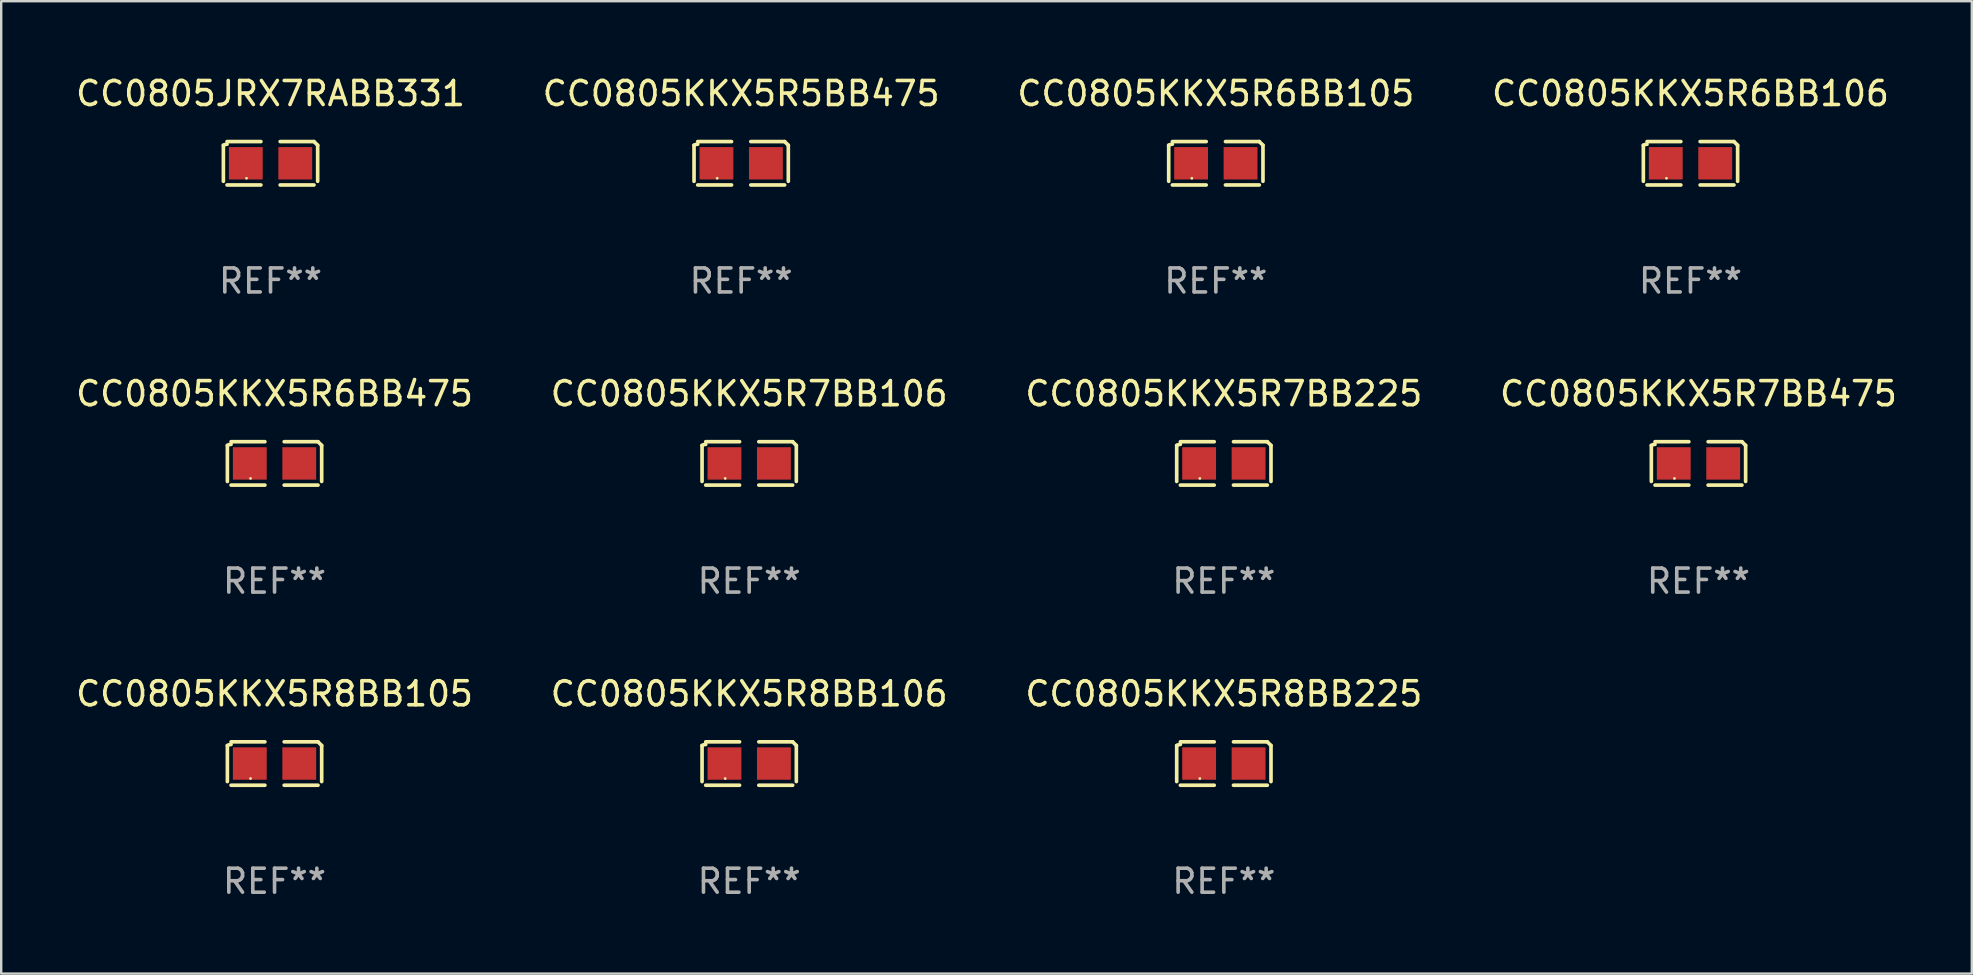
<source format=kicad_pcb>
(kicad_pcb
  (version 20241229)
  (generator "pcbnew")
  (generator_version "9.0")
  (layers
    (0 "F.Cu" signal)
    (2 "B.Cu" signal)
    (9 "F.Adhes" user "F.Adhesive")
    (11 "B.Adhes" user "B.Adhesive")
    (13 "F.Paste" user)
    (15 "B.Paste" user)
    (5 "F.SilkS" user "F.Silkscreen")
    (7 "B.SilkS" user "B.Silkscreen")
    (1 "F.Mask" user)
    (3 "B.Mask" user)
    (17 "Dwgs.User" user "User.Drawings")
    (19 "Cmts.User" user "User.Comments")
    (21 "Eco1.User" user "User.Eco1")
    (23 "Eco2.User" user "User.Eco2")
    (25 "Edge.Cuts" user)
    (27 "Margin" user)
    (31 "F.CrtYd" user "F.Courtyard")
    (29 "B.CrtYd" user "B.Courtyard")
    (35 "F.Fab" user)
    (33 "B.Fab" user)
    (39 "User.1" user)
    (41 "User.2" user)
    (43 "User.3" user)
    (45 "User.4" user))
  (footprint "CC0805KKX5R6BB106"
    (layer "F.Cu")
    (at 67.375 3.752)
    (property "Reference" "CC0805KKX5R6BB106" (at 0 -2.904 0) (layer "F.SilkS") (effects (font (size 1 1) (thickness 0.15))))
    (attr through_hole)
    (fp_line (start -1.964 0.751) (end -1.964 -0.751) (stroke (width 0.152) (type solid)) (layer "F.SilkS"))
    (fp_line (start -1.811 -0.904) (end -0.401 -0.904) (stroke (width 0.152) (type solid)) (layer "F.SilkS"))
    (fp_line (start -0.401 0.904) (end -1.811 0.904) (stroke (width 0.152) (type solid)) (layer "F.SilkS"))
    (fp_line (start 0.401 0.904) (end 1.811 0.904) (stroke (width 0.152) (type solid)) (layer "F.SilkS"))
    (fp_line (start 1.811 -0.904) (end 0.401 -0.904) (stroke (width 0.152) (type solid)) (layer "F.SilkS"))
    (fp_line (start 1.964 0.751) (end 1.964 -0.751) (stroke (width 0.152) (type solid)) (layer "F.SilkS"))
    (fp_arc (start -1.963602 -0.751207) (mid -1.890354 -0.783131) (end -1.811201 -0.794044) (stroke (width 0.1524) (type solid)) (layer "F.SilkS"))
    (fp_arc (start 1.811202 -0.903607) (mid 1.887413 -0.827418) (end 1.963602 -0.751207) (stroke (width 0.1524) (type solid)) (layer "F.SilkS"))
    (fp_circle (center -1 0.625) (end -0.97 0.625) (stroke (width 0.06) (type solid)) (fill no) (layer "F.SilkS"))
    (fp_text user "REF**" (at 0 4.904 0) (layer "F.Fab") (effects (font (size 1 1) (thickness 0.15))))
    (pad "1" smd rect (at -1.03 0) (size 1.41 1.35) (layers "F.Cu" "F.Mask" "F.Paste"))
    (pad "2" smd rect (at 1.03 0) (size 1.41 1.35) (layers "F.Cu" "F.Mask" "F.Paste")))
  (footprint "CC0805KKX5R8BB106"
    (layer "F.Cu")
    (at 28.161 28.759)
    (property "Reference" "CC0805KKX5R8BB106" (at 0 -2.904 0) (layer "F.SilkS") (effects (font (size 1 1) (thickness 0.15))))
    (attr through_hole)
    (fp_line (start -1.964 0.751) (end -1.964 -0.751) (stroke (width 0.152) (type solid)) (layer "F.SilkS"))
    (fp_line (start -1.811 -0.904) (end -0.401 -0.904) (stroke (width 0.152) (type solid)) (layer "F.SilkS"))
    (fp_line (start -0.401 0.904) (end -1.811 0.904) (stroke (width 0.152) (type solid)) (layer "F.SilkS"))
    (fp_line (start 0.401 0.904) (end 1.811 0.904) (stroke (width 0.152) (type solid)) (layer "F.SilkS"))
    (fp_line (start 1.811 -0.904) (end 0.401 -0.904) (stroke (width 0.152) (type solid)) (layer "F.SilkS"))
    (fp_line (start 1.964 0.751) (end 1.964 -0.751) (stroke (width 0.152) (type solid)) (layer "F.SilkS"))
    (fp_arc (start -1.963602 -0.751207) (mid -1.890354 -0.783131) (end -1.811201 -0.794044) (stroke (width 0.1524) (type solid)) (layer "F.SilkS"))
    (fp_arc (start 1.811202 -0.903607) (mid 1.887413 -0.827418) (end 1.963602 -0.751207) (stroke (width 0.1524) (type solid)) (layer "F.SilkS"))
    (fp_circle (center -1 0.625) (end -0.97 0.625) (stroke (width 0.06) (type solid)) (fill no) (layer "F.SilkS"))
    (fp_text user "REF**" (at 0 4.904 0) (layer "F.Fab") (effects (font (size 1 1) (thickness 0.15))))
    (pad "1" smd rect (at -1.03 0) (size 1.41 1.35) (layers "F.Cu" "F.Mask" "F.Paste"))
    (pad "2" smd rect (at 1.03 0) (size 1.41 1.35) (layers "F.Cu" "F.Mask" "F.Paste")))
  (footprint "CC0805KKX5R7BB475"
    (layer "F.Cu")
    (at 67.708 16.256)
    (property "Reference" "CC0805KKX5R7BB475" (at 0 -2.904 0) (layer "F.SilkS") (effects (font (size 1 1) (thickness 0.15))))
    (attr through_hole)
    (fp_line (start -1.964 0.751) (end -1.964 -0.751) (stroke (width 0.152) (type solid)) (layer "F.SilkS"))
    (fp_line (start -1.811 -0.904) (end -0.401 -0.904) (stroke (width 0.152) (type solid)) (layer "F.SilkS"))
    (fp_line (start -0.401 0.904) (end -1.811 0.904) (stroke (width 0.152) (type solid)) (layer "F.SilkS"))
    (fp_line (start 0.401 0.904) (end 1.811 0.904) (stroke (width 0.152) (type solid)) (layer "F.SilkS"))
    (fp_line (start 1.811 -0.904) (end 0.401 -0.904) (stroke (width 0.152) (type solid)) (layer "F.SilkS"))
    (fp_line (start 1.964 0.751) (end 1.964 -0.751) (stroke (width 0.152) (type solid)) (layer "F.SilkS"))
    (fp_arc (start -1.963602 -0.751207) (mid -1.890354 -0.783131) (end -1.811201 -0.794044) (stroke (width 0.1524) (type solid)) (layer "F.SilkS"))
    (fp_arc (start 1.811202 -0.903607) (mid 1.887413 -0.827418) (end 1.963602 -0.751207) (stroke (width 0.1524) (type solid)) (layer "F.SilkS"))
    (fp_circle (center -1 0.625) (end -0.97 0.625) (stroke (width 0.06) (type solid)) (fill no) (layer "F.SilkS"))
    (fp_text user "REF**" (at 0 4.904 0) (layer "F.Fab") (effects (font (size 1 1) (thickness 0.15))))
    (pad "1" smd rect (at -1.03 0) (size 1.41 1.35) (layers "F.Cu" "F.Mask" "F.Paste"))
    (pad "2" smd rect (at 1.03 0) (size 1.41 1.35) (layers "F.Cu" "F.Mask" "F.Paste")))
  (footprint "CC0805KKX5R7BB225"
    (layer "F.Cu")
    (at 47.935 16.256)
    (property "Reference" "CC0805KKX5R7BB225" (at 0 -2.904 0) (layer "F.SilkS") (effects (font (size 1 1) (thickness 0.15))))
    (attr through_hole)
    (fp_line (start -1.964 0.751) (end -1.964 -0.751) (stroke (width 0.152) (type solid)) (layer "F.SilkS"))
    (fp_line (start -1.811 -0.904) (end -0.401 -0.904) (stroke (width 0.152) (type solid)) (layer "F.SilkS"))
    (fp_line (start -0.401 0.904) (end -1.811 0.904) (stroke (width 0.152) (type solid)) (layer "F.SilkS"))
    (fp_line (start 0.401 0.904) (end 1.811 0.904) (stroke (width 0.152) (type solid)) (layer "F.SilkS"))
    (fp_line (start 1.811 -0.904) (end 0.401 -0.904) (stroke (width 0.152) (type solid)) (layer "F.SilkS"))
    (fp_line (start 1.964 0.751) (end 1.964 -0.751) (stroke (width 0.152) (type solid)) (layer "F.SilkS"))
    (fp_arc (start -1.963602 -0.751207) (mid -1.890354 -0.783131) (end -1.811201 -0.794044) (stroke (width 0.1524) (type solid)) (layer "F.SilkS"))
    (fp_arc (start 1.811202 -0.903607) (mid 1.887413 -0.827418) (end 1.963602 -0.751207) (stroke (width 0.1524) (type solid)) (layer "F.SilkS"))
    (fp_circle (center -1 0.625) (end -0.97 0.625) (stroke (width 0.06) (type solid)) (fill no) (layer "F.SilkS"))
    (fp_text user "REF**" (at 0 4.904 0) (layer "F.Fab") (effects (font (size 1 1) (thickness 0.15))))
    (pad "1" smd rect (at -1.03 0) (size 1.41 1.35) (layers "F.Cu" "F.Mask" "F.Paste"))
    (pad "2" smd rect (at 1.03 0) (size 1.41 1.35) (layers "F.Cu" "F.Mask" "F.Paste")))
  (footprint "CC0805KKX5R5BB475"
    (layer "F.Cu")
    (at 27.827 3.752)
    (property "Reference" "CC0805KKX5R5BB475" (at 0 -2.904 0) (layer "F.SilkS") (effects (font (size 1 1) (thickness 0.15))))
    (attr through_hole)
    (fp_line (start -1.964 0.751) (end -1.964 -0.751) (stroke (width 0.152) (type solid)) (layer "F.SilkS"))
    (fp_line (start -1.811 -0.904) (end -0.401 -0.904) (stroke (width 0.152) (type solid)) (layer "F.SilkS"))
    (fp_line (start -0.401 0.904) (end -1.811 0.904) (stroke (width 0.152) (type solid)) (layer "F.SilkS"))
    (fp_line (start 0.401 0.904) (end 1.811 0.904) (stroke (width 0.152) (type solid)) (layer "F.SilkS"))
    (fp_line (start 1.811 -0.904) (end 0.401 -0.904) (stroke (width 0.152) (type solid)) (layer "F.SilkS"))
    (fp_line (start 1.964 0.751) (end 1.964 -0.751) (stroke (width 0.152) (type solid)) (layer "F.SilkS"))
    (fp_arc (start -1.963602 -0.751207) (mid -1.890354 -0.783131) (end -1.811201 -0.794044) (stroke (width 0.1524) (type solid)) (layer "F.SilkS"))
    (fp_arc (start 1.811202 -0.903607) (mid 1.887413 -0.827418) (end 1.963602 -0.751207) (stroke (width 0.1524) (type solid)) (layer "F.SilkS"))
    (fp_circle (center -1 0.625) (end -0.97 0.625) (stroke (width 0.06) (type solid)) (fill no) (layer "F.SilkS"))
    (fp_text user "REF**" (at 0 4.904 0) (layer "F.Fab") (effects (font (size 1 1) (thickness 0.15))))
    (pad "1" smd rect (at -1.03 0) (size 1.41 1.35) (layers "F.Cu" "F.Mask" "F.Paste"))
    (pad "2" smd rect (at 1.03 0) (size 1.41 1.35) (layers "F.Cu" "F.Mask" "F.Paste")))
  (footprint "CC0805KKX5R8BB105"
    (layer "F.Cu")
    (at 8.387 28.759)
    (property "Reference" "CC0805KKX5R8BB105" (at 0 -2.904 0) (layer "F.SilkS") (effects (font (size 1 1) (thickness 0.15))))
    (attr through_hole)
    (fp_line (start -1.964 0.751) (end -1.964 -0.751) (stroke (width 0.152) (type solid)) (layer "F.SilkS"))
    (fp_line (start -1.811 -0.904) (end -0.401 -0.904) (stroke (width 0.152) (type solid)) (layer "F.SilkS"))
    (fp_line (start -0.401 0.904) (end -1.811 0.904) (stroke (width 0.152) (type solid)) (layer "F.SilkS"))
    (fp_line (start 0.401 0.904) (end 1.811 0.904) (stroke (width 0.152) (type solid)) (layer "F.SilkS"))
    (fp_line (start 1.811 -0.904) (end 0.401 -0.904) (stroke (width 0.152) (type solid)) (layer "F.SilkS"))
    (fp_line (start 1.964 0.751) (end 1.964 -0.751) (stroke (width 0.152) (type solid)) (layer "F.SilkS"))
    (fp_arc (start -1.963602 -0.751207) (mid -1.890354 -0.783131) (end -1.811201 -0.794044) (stroke (width 0.1524) (type solid)) (layer "F.SilkS"))
    (fp_arc (start 1.811202 -0.903607) (mid 1.887413 -0.827418) (end 1.963602 -0.751207) (stroke (width 0.1524) (type solid)) (layer "F.SilkS"))
    (fp_circle (center -1 0.625) (end -0.97 0.625) (stroke (width 0.06) (type solid)) (fill no) (layer "F.SilkS"))
    (fp_text user "REF**" (at 0 4.904 0) (layer "F.Fab") (effects (font (size 1 1) (thickness 0.15))))
    (pad "1" smd rect (at -1.03 0) (size 1.41 1.35) (layers "F.Cu" "F.Mask" "F.Paste"))
    (pad "2" smd rect (at 1.03 0) (size 1.41 1.35) (layers "F.Cu" "F.Mask" "F.Paste")))
  (footprint "CC0805KKX5R6BB475"
    (layer "F.Cu")
    (at 8.387 16.256)
    (property "Reference" "CC0805KKX5R6BB475" (at 0 -2.904 0) (layer "F.SilkS") (effects (font (size 1 1) (thickness 0.15))))
    (attr through_hole)
    (fp_line (start -1.964 0.751) (end -1.964 -0.751) (stroke (width 0.152) (type solid)) (layer "F.SilkS"))
    (fp_line (start -1.811 -0.904) (end -0.401 -0.904) (stroke (width 0.152) (type solid)) (layer "F.SilkS"))
    (fp_line (start -0.401 0.904) (end -1.811 0.904) (stroke (width 0.152) (type solid)) (layer "F.SilkS"))
    (fp_line (start 0.401 0.904) (end 1.811 0.904) (stroke (width 0.152) (type solid)) (layer "F.SilkS"))
    (fp_line (start 1.811 -0.904) (end 0.401 -0.904) (stroke (width 0.152) (type solid)) (layer "F.SilkS"))
    (fp_line (start 1.964 0.751) (end 1.964 -0.751) (stroke (width 0.152) (type solid)) (layer "F.SilkS"))
    (fp_arc (start -1.963602 -0.751207) (mid -1.890354 -0.783131) (end -1.811201 -0.794044) (stroke (width 0.1524) (type solid)) (layer "F.SilkS"))
    (fp_arc (start 1.811202 -0.903607) (mid 1.887413 -0.827418) (end 1.963602 -0.751207) (stroke (width 0.1524) (type solid)) (layer "F.SilkS"))
    (fp_circle (center -1 0.625) (end -0.97 0.625) (stroke (width 0.06) (type solid)) (fill no) (layer "F.SilkS"))
    (fp_text user "REF**" (at 0 4.904 0) (layer "F.Fab") (effects (font (size 1 1) (thickness 0.15))))
    (pad "1" smd rect (at -1.03 0) (size 1.41 1.35) (layers "F.Cu" "F.Mask" "F.Paste"))
    (pad "2" smd rect (at 1.03 0) (size 1.41 1.35) (layers "F.Cu" "F.Mask" "F.Paste")))
  (footprint "CC0805JRX7RABB331"
    (layer "F.Cu")
    (at 8.22 3.752)
    (property "Reference" "CC0805JRX7RABB331" (at 0 -2.904 0) (layer "F.SilkS") (effects (font (size 1 1) (thickness 0.15))))
    (attr through_hole)
    (fp_line (start -1.964 0.751) (end -1.964 -0.751) (stroke (width 0.152) (type solid)) (layer "F.SilkS"))
    (fp_line (start -1.811 -0.904) (end -0.401 -0.904) (stroke (width 0.152) (type solid)) (layer "F.SilkS"))
    (fp_line (start -0.401 0.904) (end -1.811 0.904) (stroke (width 0.152) (type solid)) (layer "F.SilkS"))
    (fp_line (start 0.401 0.904) (end 1.811 0.904) (stroke (width 0.152) (type solid)) (layer "F.SilkS"))
    (fp_line (start 1.811 -0.904) (end 0.401 -0.904) (stroke (width 0.152) (type solid)) (layer "F.SilkS"))
    (fp_line (start 1.964 0.751) (end 1.964 -0.751) (stroke (width 0.152) (type solid)) (layer "F.SilkS"))
    (fp_arc (start -1.963602 -0.751207) (mid -1.890354 -0.783131) (end -1.811201 -0.794044) (stroke (width 0.1524) (type solid)) (layer "F.SilkS"))
    (fp_arc (start 1.811202 -0.903607) (mid 1.887413 -0.827418) (end 1.963602 -0.751207) (stroke (width 0.1524) (type solid)) (layer "F.SilkS"))
    (fp_circle (center -1 0.625) (end -0.97 0.625) (stroke (width 0.06) (type solid)) (fill no) (layer "F.SilkS"))
    (fp_text user "REF**" (at 0 4.904 0) (layer "F.Fab") (effects (font (size 1 1) (thickness 0.15))))
    (pad "1" smd rect (at -1.03 0) (size 1.41 1.35) (layers "F.Cu" "F.Mask" "F.Paste"))
    (pad "2" smd rect (at 1.03 0) (size 1.41 1.35) (layers "F.Cu" "F.Mask" "F.Paste")))
  (footprint "CC0805KKX5R8BB225"
    (layer "F.Cu")
    (at 47.935 28.759)
    (property "Reference" "CC0805KKX5R8BB225" (at 0 -2.904 0) (layer "F.SilkS") (effects (font (size 1 1) (thickness 0.15))))
    (attr through_hole)
    (fp_line (start -1.964 0.751) (end -1.964 -0.751) (stroke (width 0.152) (type solid)) (layer "F.SilkS"))
    (fp_line (start -1.811 -0.904) (end -0.401 -0.904) (stroke (width 0.152) (type solid)) (layer "F.SilkS"))
    (fp_line (start -0.401 0.904) (end -1.811 0.904) (stroke (width 0.152) (type solid)) (layer "F.SilkS"))
    (fp_line (start 0.401 0.904) (end 1.811 0.904) (stroke (width 0.152) (type solid)) (layer "F.SilkS"))
    (fp_line (start 1.811 -0.904) (end 0.401 -0.904) (stroke (width 0.152) (type solid)) (layer "F.SilkS"))
    (fp_line (start 1.964 0.751) (end 1.964 -0.751) (stroke (width 0.152) (type solid)) (layer "F.SilkS"))
    (fp_arc (start -1.963602 -0.751207) (mid -1.890354 -0.783131) (end -1.811201 -0.794044) (stroke (width 0.1524) (type solid)) (layer "F.SilkS"))
    (fp_arc (start 1.811202 -0.903607) (mid 1.887413 -0.827418) (end 1.963602 -0.751207) (stroke (width 0.1524) (type solid)) (layer "F.SilkS"))
    (fp_circle (center -1 0.625) (end -0.97 0.625) (stroke (width 0.06) (type solid)) (fill no) (layer "F.SilkS"))
    (fp_text user "REF**" (at 0 4.904 0) (layer "F.Fab") (effects (font (size 1 1) (thickness 0.15))))
    (pad "1" smd rect (at -1.03 0) (size 1.41 1.35) (layers "F.Cu" "F.Mask" "F.Paste"))
    (pad "2" smd rect (at 1.03 0) (size 1.41 1.35) (layers "F.Cu" "F.Mask" "F.Paste")))
  (footprint "CC0805KKX5R6BB105"
    (layer "F.Cu")
    (at 47.601 3.752)
    (property "Reference" "CC0805KKX5R6BB105" (at 0 -2.904 0) (layer "F.SilkS") (effects (font (size 1 1) (thickness 0.15))))
    (attr through_hole)
    (fp_line (start -1.964 0.751) (end -1.964 -0.751) (stroke (width 0.152) (type solid)) (layer "F.SilkS"))
    (fp_line (start -1.811 -0.904) (end -0.401 -0.904) (stroke (width 0.152) (type solid)) (layer "F.SilkS"))
    (fp_line (start -0.401 0.904) (end -1.811 0.904) (stroke (width 0.152) (type solid)) (layer "F.SilkS"))
    (fp_line (start 0.401 0.904) (end 1.811 0.904) (stroke (width 0.152) (type solid)) (layer "F.SilkS"))
    (fp_line (start 1.811 -0.904) (end 0.401 -0.904) (stroke (width 0.152) (type solid)) (layer "F.SilkS"))
    (fp_line (start 1.964 0.751) (end 1.964 -0.751) (stroke (width 0.152) (type solid)) (layer "F.SilkS"))
    (fp_arc (start -1.963602 -0.751207) (mid -1.890354 -0.783131) (end -1.811201 -0.794044) (stroke (width 0.1524) (type solid)) (layer "F.SilkS"))
    (fp_arc (start 1.811202 -0.903607) (mid 1.887413 -0.827418) (end 1.963602 -0.751207) (stroke (width 0.1524) (type solid)) (layer "F.SilkS"))
    (fp_circle (center -1 0.625) (end -0.97 0.625) (stroke (width 0.06) (type solid)) (fill no) (layer "F.SilkS"))
    (fp_text user "REF**" (at 0 4.904 0) (layer "F.Fab") (effects (font (size 1 1) (thickness 0.15))))
    (pad "1" smd rect (at -1.03 0) (size 1.41 1.35) (layers "F.Cu" "F.Mask" "F.Paste"))
    (pad "2" smd rect (at 1.03 0) (size 1.41 1.35) (layers "F.Cu" "F.Mask" "F.Paste")))
  (footprint "CC0805KKX5R7BB106"
    (layer "F.Cu")
    (at 28.161 16.256)
    (property "Reference" "CC0805KKX5R7BB106" (at 0 -2.904 0) (layer "F.SilkS") (effects (font (size 1 1) (thickness 0.15))))
    (attr through_hole)
    (fp_line (start -1.964 0.751) (end -1.964 -0.751) (stroke (width 0.152) (type solid)) (layer "F.SilkS"))
    (fp_line (start -1.811 -0.904) (end -0.401 -0.904) (stroke (width 0.152) (type solid)) (layer "F.SilkS"))
    (fp_line (start -0.401 0.904) (end -1.811 0.904) (stroke (width 0.152) (type solid)) (layer "F.SilkS"))
    (fp_line (start 0.401 0.904) (end 1.811 0.904) (stroke (width 0.152) (type solid)) (layer "F.SilkS"))
    (fp_line (start 1.811 -0.904) (end 0.401 -0.904) (stroke (width 0.152) (type solid)) (layer "F.SilkS"))
    (fp_line (start 1.964 0.751) (end 1.964 -0.751) (stroke (width 0.152) (type solid)) (layer "F.SilkS"))
    (fp_arc (start -1.963602 -0.751207) (mid -1.890354 -0.783131) (end -1.811201 -0.794044) (stroke (width 0.1524) (type solid)) (layer "F.SilkS"))
    (fp_arc (start 1.811202 -0.903607) (mid 1.887413 -0.827418) (end 1.963602 -0.751207) (stroke (width 0.1524) (type solid)) (layer "F.SilkS"))
    (fp_circle (center -1 0.625) (end -0.97 0.625) (stroke (width 0.06) (type solid)) (fill no) (layer "F.SilkS"))
    (fp_text user "REF**" (at 0 4.904 0) (layer "F.Fab") (effects (font (size 1 1) (thickness 0.15))))
    (pad "1" smd rect (at -1.03 0) (size 1.41 1.35) (layers "F.Cu" "F.Mask" "F.Paste"))
    (pad "2" smd rect (at 1.03 0) (size 1.41 1.35) (layers "F.Cu" "F.Mask" "F.Paste")))
  (gr_rect
    (start -3 -3)
    (end 79.095 37.511)
    (stroke (width 0.1) (type default))
    (fill no)
    (layer "Edge.Cuts")))
</source>
